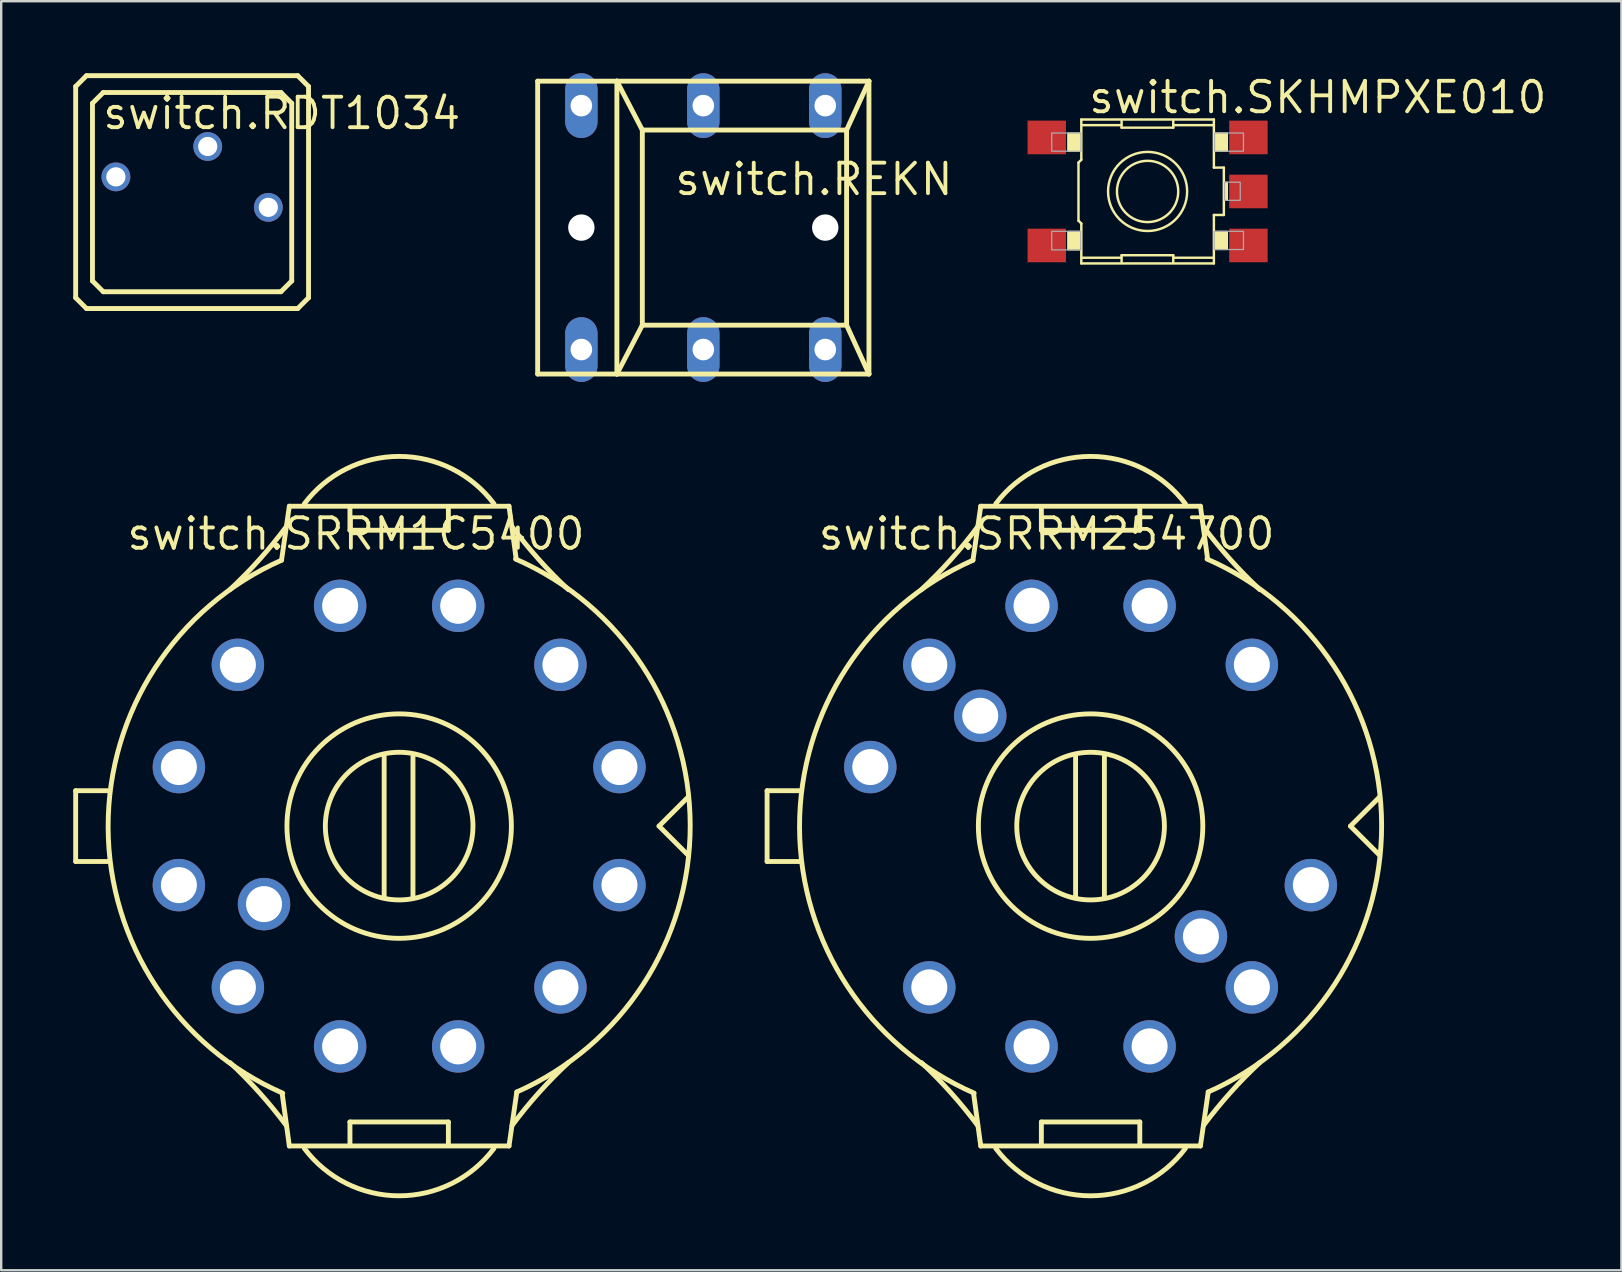
<source format=kicad_pcb>
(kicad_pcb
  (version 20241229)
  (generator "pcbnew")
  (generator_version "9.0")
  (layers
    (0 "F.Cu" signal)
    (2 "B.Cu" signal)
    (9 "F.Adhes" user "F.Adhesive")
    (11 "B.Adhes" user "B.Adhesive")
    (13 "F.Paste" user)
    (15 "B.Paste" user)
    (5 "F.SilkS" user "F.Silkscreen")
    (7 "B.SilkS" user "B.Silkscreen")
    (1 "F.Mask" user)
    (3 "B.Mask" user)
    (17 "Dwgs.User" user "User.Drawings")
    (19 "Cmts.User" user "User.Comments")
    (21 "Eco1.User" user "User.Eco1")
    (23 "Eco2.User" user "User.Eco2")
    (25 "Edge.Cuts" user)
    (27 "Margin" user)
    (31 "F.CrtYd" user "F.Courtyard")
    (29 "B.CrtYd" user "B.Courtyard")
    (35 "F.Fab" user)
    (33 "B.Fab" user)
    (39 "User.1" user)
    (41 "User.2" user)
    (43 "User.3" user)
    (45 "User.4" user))
  (footprint "switch.SRRM254700"
    (layer "F.Cu")
    (at 42.378 31.361)
    (property "Reference" "switch.SRRM254700" (at -11.43 -11.43 0) (layer "F.SilkS") (effects (font (size 1.27 1.27) (thickness 0.16)) (justify left bottom)))
    (attr through_hole)
    (fp_line (start -13.475 -1.475) (end -13.475 1.475) (stroke (width 0.203) (type default)) (layer "F.SilkS"))
    (fp_line (start -13.475 1.475) (end -12.1 1.475) (stroke (width 0.203) (type default)) (layer "F.SilkS"))
    (fp_line (start -12.15 -1.475) (end -13.475 -1.475) (stroke (width 0.203) (type default)) (layer "F.SilkS"))
    (fp_line (start -4.9 -11.075) (end -4.575 -13.325) (stroke (width 0.203) (type default)) (layer "F.SilkS"))
    (fp_line (start -4.575 -13.325) (end 4.575 -13.325) (stroke (width 0.203) (type default)) (layer "F.SilkS"))
    (fp_line (start -4.575 13.325) (end -4.875 11.125) (stroke (width 0.203) (type default)) (layer "F.SilkS"))
    (fp_line (start -2.05 -13.225) (end -2.05 -12.325) (stroke (width 0.203) (type default)) (layer "F.SilkS"))
    (fp_line (start -2.05 -12.325) (end 2.05 -12.325) (stroke (width 0.203) (type default)) (layer "F.SilkS"))
    (fp_line (start -2.05 12.325) (end -2.05 13.225) (stroke (width 0.203) (type default)) (layer "F.SilkS"))
    (fp_line (start -0.625 -2.9) (end -0.625 2.975) (stroke (width 0.203) (type default)) (layer "F.SilkS"))
    (fp_line (start 0.575 -2.9) (end 0.575 2.975) (stroke (width 0.203) (type default)) (layer "F.SilkS"))
    (fp_line (start 2.05 -12.325) (end 2.05 -13.225) (stroke (width 0.203) (type default)) (layer "F.SilkS"))
    (fp_line (start 2.05 12.325) (end -2.05 12.325) (stroke (width 0.203) (type default)) (layer "F.SilkS"))
    (fp_line (start 2.05 13.225) (end 2.05 12.325) (stroke (width 0.203) (type default)) (layer "F.SilkS"))
    (fp_line (start 4.575 -13.325) (end 4.875 -11.125) (stroke (width 0.203) (type default)) (layer "F.SilkS"))
    (fp_line (start 4.575 13.325) (end -4.575 13.325) (stroke (width 0.203) (type default)) (layer "F.SilkS"))
    (fp_line (start 4.9 11.075) (end 4.575 13.325) (stroke (width 0.203) (type default)) (layer "F.SilkS"))
    (fp_line (start 10.825 0) (end 12.025 1.2) (stroke (width 0.203) (type default)) (layer "F.SilkS"))
    (fp_line (start 12.025 -1.2) (end 10.825 0) (stroke (width 0.203) (type default)) (layer "F.SilkS"))
    (fp_arc (start -7.05 9.85) (mid -5.815572 11.109298) (end -4.7 12.475) (stroke (width 0.2032) (type default)) (layer "F.SilkS"))
    (fp_arc (start -4.85 11.125) (mid -12.12335 0.041325) (end -4.9 -11.075) (stroke (width 0.2032) (type default)) (layer "F.SilkS"))
    (fp_arc (start -4.7 -12.475) (mid -5.815572 -11.109298) (end -7.05 -9.85) (stroke (width 0.2032) (type default)) (layer "F.SilkS"))
    (fp_arc (start -3.95 -13.425) (mid 0 -15.4) (end 3.95 -13.425) (stroke (width 0.2032) (type default)) (layer "F.SilkS"))
    (fp_arc (start 3.95 13.425) (mid 0 15.4) (end -3.95 13.425) (stroke (width 0.2032) (type default)) (layer "F.SilkS"))
    (fp_arc (start 4.7 12.475) (mid 5.815572 11.109298) (end 7.05 9.85) (stroke (width 0.2032) (type default)) (layer "F.SilkS"))
    (fp_arc (start 4.85 -11.125) (mid 12.12335 -0.041325) (end 4.9 11.075) (stroke (width 0.2032) (type default)) (layer "F.SilkS"))
    (fp_arc (start 7.05 -9.85) (mid 5.815572 -11.109298) (end 4.7 -12.475) (stroke (width 0.2032) (type default)) (layer "F.SilkS"))
    (fp_circle (center 0 0) (end 3.075 0) (stroke (width 0.203) (type default)) (fill no) (layer "F.SilkS"))
    (fp_circle (center 0 0) (end 4.675 0) (stroke (width 0.203) (type default)) (fill no) (layer "F.SilkS"))
    (pad "1" thru_hole circle (at -9.176 -2.459 90) (size 2.184 2.184) (drill 1.5) (layers "*.Cu" "*.Mask"))
    (pad "2" thru_hole circle (at -6.718 -6.718 90) (size 2.184 2.184) (drill 1.5) (layers "*.Cu" "*.Mask"))
    (pad "3" thru_hole circle (at -2.459 -9.176 90) (size 2.184 2.184) (drill 1.5) (layers "*.Cu" "*.Mask"))
    (pad "4" thru_hole circle (at 2.459 -9.176) (size 2.184 2.184) (drill 1.5) (layers "*.Cu" "*.Mask"))
    (pad "5" thru_hole circle (at 6.718 -6.718) (size 2.184 2.184) (drill 1.5) (layers "*.Cu" "*.Mask"))
    (pad "7" thru_hole circle (at 9.176 2.459 270) (size 2.184 2.184) (drill 1.5) (layers "*.Cu" "*.Mask"))
    (pad "8" thru_hole circle (at 6.718 6.718 270) (size 2.184 2.184) (drill 1.5) (layers "*.Cu" "*.Mask"))
    (pad "9" thru_hole circle (at 2.459 9.176 270) (size 2.184 2.184) (drill 1.5) (layers "*.Cu" "*.Mask"))
    (pad "10" thru_hole circle (at -2.459 9.176 180) (size 2.184 2.184) (drill 1.5) (layers "*.Cu" "*.Mask"))
    (pad "11" thru_hole circle (at -6.718 6.718 180) (size 2.184 2.184) (drill 1.5) (layers "*.Cu" "*.Mask"))
    (pad "13" thru_hole circle (at -4.596 -4.596 105) (size 2.184 2.184) (drill 1.5) (layers "*.Cu" "*.Mask"))
    (pad "14" thru_hole circle (at 4.596 4.596 285) (size 2.184 2.184) (drill 1.5) (layers "*.Cu" "*.Mask")))
  (footprint "switch.SRRM1C5400"
    (layer "F.Cu")
    (at 13.577 31.361)
    (property "Reference" "switch.SRRM1C5400" (at -11.43 -11.43 0) (layer "F.SilkS") (effects (font (size 1.27 1.27) (thickness 0.16)) (justify left bottom)))
    (attr through_hole)
    (fp_line (start -13.475 -1.475) (end -13.475 1.475) (stroke (width 0.203) (type default)) (layer "F.SilkS"))
    (fp_line (start -13.475 1.475) (end -12.1 1.475) (stroke (width 0.203) (type default)) (layer "F.SilkS"))
    (fp_line (start -12.15 -1.475) (end -13.475 -1.475) (stroke (width 0.203) (type default)) (layer "F.SilkS"))
    (fp_line (start -4.9 -11.075) (end -4.575 -13.325) (stroke (width 0.203) (type default)) (layer "F.SilkS"))
    (fp_line (start -4.575 -13.325) (end 4.575 -13.325) (stroke (width 0.203) (type default)) (layer "F.SilkS"))
    (fp_line (start -4.575 13.325) (end -4.875 11.125) (stroke (width 0.203) (type default)) (layer "F.SilkS"))
    (fp_line (start -2.05 -13.225) (end -2.05 -12.325) (stroke (width 0.203) (type default)) (layer "F.SilkS"))
    (fp_line (start -2.05 -12.325) (end 2.05 -12.325) (stroke (width 0.203) (type default)) (layer "F.SilkS"))
    (fp_line (start -2.05 12.325) (end -2.05 13.225) (stroke (width 0.203) (type default)) (layer "F.SilkS"))
    (fp_line (start -0.625 -2.9) (end -0.625 2.975) (stroke (width 0.203) (type default)) (layer "F.SilkS"))
    (fp_line (start 0.575 -2.9) (end 0.575 2.975) (stroke (width 0.203) (type default)) (layer "F.SilkS"))
    (fp_line (start 2.05 -12.325) (end 2.05 -13.225) (stroke (width 0.203) (type default)) (layer "F.SilkS"))
    (fp_line (start 2.05 12.325) (end -2.05 12.325) (stroke (width 0.203) (type default)) (layer "F.SilkS"))
    (fp_line (start 2.05 13.225) (end 2.05 12.325) (stroke (width 0.203) (type default)) (layer "F.SilkS"))
    (fp_line (start 4.575 -13.325) (end 4.875 -11.125) (stroke (width 0.203) (type default)) (layer "F.SilkS"))
    (fp_line (start 4.575 13.325) (end -4.575 13.325) (stroke (width 0.203) (type default)) (layer "F.SilkS"))
    (fp_line (start 4.9 11.075) (end 4.575 13.325) (stroke (width 0.203) (type default)) (layer "F.SilkS"))
    (fp_line (start 10.825 0) (end 12.025 1.2) (stroke (width 0.203) (type default)) (layer "F.SilkS"))
    (fp_line (start 12.025 -1.2) (end 10.825 0) (stroke (width 0.203) (type default)) (layer "F.SilkS"))
    (fp_arc (start -7.05 9.85) (mid -5.815572 11.109298) (end -4.7 12.475) (stroke (width 0.2032) (type default)) (layer "F.SilkS"))
    (fp_arc (start -4.85 11.125) (mid -12.12335 0.041325) (end -4.9 -11.075) (stroke (width 0.2032) (type default)) (layer "F.SilkS"))
    (fp_arc (start -4.7 -12.475) (mid -5.815572 -11.109298) (end -7.05 -9.85) (stroke (width 0.2032) (type default)) (layer "F.SilkS"))
    (fp_arc (start -3.95 -13.425) (mid 0 -15.4) (end 3.95 -13.425) (stroke (width 0.2032) (type default)) (layer "F.SilkS"))
    (fp_arc (start 3.95 13.425) (mid 0 15.4) (end -3.95 13.425) (stroke (width 0.2032) (type default)) (layer "F.SilkS"))
    (fp_arc (start 4.7 12.475) (mid 5.815572 11.109298) (end 7.05 9.85) (stroke (width 0.2032) (type default)) (layer "F.SilkS"))
    (fp_arc (start 4.85 -11.125) (mid 12.12335 -0.041325) (end 4.9 11.075) (stroke (width 0.2032) (type default)) (layer "F.SilkS"))
    (fp_arc (start 7.05 -9.85) (mid 5.815572 -11.109298) (end 4.7 -12.475) (stroke (width 0.2032) (type default)) (layer "F.SilkS"))
    (fp_circle (center 0 0) (end 3.075 0) (stroke (width 0.203) (type default)) (fill no) (layer "F.SilkS"))
    (fp_circle (center 0 0) (end 4.675 0) (stroke (width 0.203) (type default)) (fill no) (layer "F.SilkS"))
    (pad "1" thru_hole circle (at -9.176 -2.459 90) (size 2.184 2.184) (drill 1.5) (layers "*.Cu" "*.Mask"))
    (pad "2" thru_hole circle (at -6.718 -6.718 90) (size 2.184 2.184) (drill 1.5) (layers "*.Cu" "*.Mask"))
    (pad "3" thru_hole circle (at -2.459 -9.176 90) (size 2.184 2.184) (drill 1.5) (layers "*.Cu" "*.Mask"))
    (pad "4" thru_hole circle (at 2.459 -9.176) (size 2.184 2.184) (drill 1.5) (layers "*.Cu" "*.Mask"))
    (pad "5" thru_hole circle (at 6.718 -6.718) (size 2.184 2.184) (drill 1.5) (layers "*.Cu" "*.Mask"))
    (pad "6" thru_hole circle (at 9.176 -2.459) (size 2.184 2.184) (drill 1.5) (layers "*.Cu" "*.Mask"))
    (pad "7" thru_hole circle (at 9.176 2.459 270) (size 2.184 2.184) (drill 1.5) (layers "*.Cu" "*.Mask"))
    (pad "8" thru_hole circle (at 6.718 6.718 270) (size 2.184 2.184) (drill 1.5) (layers "*.Cu" "*.Mask"))
    (pad "9" thru_hole circle (at 2.459 9.176 270) (size 2.184 2.184) (drill 1.5) (layers "*.Cu" "*.Mask"))
    (pad "10" thru_hole circle (at -2.459 9.176 180) (size 2.184 2.184) (drill 1.5) (layers "*.Cu" "*.Mask"))
    (pad "11" thru_hole circle (at -6.718 6.718 180) (size 2.184 2.184) (drill 1.5) (layers "*.Cu" "*.Mask"))
    (pad "12" thru_hole circle (at -9.176 2.459 180) (size 2.184 2.184) (drill 1.5) (layers "*.Cu" "*.Mask"))
    (pad "13" thru_hole circle (at -5.629 3.25 180) (size 2.184 2.184) (drill 1.5) (layers "*.Cu" "*.Mask")))
  (footprint "switch.REKN"
    (layer "F.Cu")
    (at 26.246 6.43)
    (property "Reference" "switch.REKN" (at -1.27 -1.27 0) (layer "F.SilkS") (effects (font (size 1.27 1.27) (thickness 0.16)) (justify left bottom)))
    (attr through_hole)
    (fp_line (start -6.9 -6.1) (end -6.9 6.1) (stroke (width 0.203) (type default)) (layer "F.SilkS"))
    (fp_line (start -6.9 6.1) (end -3.6 6.1) (stroke (width 0.203) (type default)) (layer "F.SilkS"))
    (fp_line (start -3.6 -6.1) (end -6.9 -6.1) (stroke (width 0.203) (type default)) (layer "F.SilkS"))
    (fp_line (start -3.6 6.1) (end -3.6 -6.1) (stroke (width 0.203) (type default)) (layer "F.SilkS"))
    (fp_line (start -3.6 6.1) (end -2.54 4.064) (stroke (width 0.203) (type default)) (layer "F.SilkS"))
    (fp_line (start -3.6 6.1) (end 6.9 6.1) (stroke (width 0.203) (type default)) (layer "F.SilkS"))
    (fp_line (start -2.54 -4.064) (end -3.6 -6.1) (stroke (width 0.203) (type default)) (layer "F.SilkS"))
    (fp_line (start -2.54 -4.064) (end 5.969 -4.064) (stroke (width 0.203) (type default)) (layer "F.SilkS"))
    (fp_line (start -2.54 4.064) (end -2.54 -4.064) (stroke (width 0.203) (type default)) (layer "F.SilkS"))
    (fp_line (start -2.54 4.064) (end 5.969 4.064) (stroke (width 0.203) (type default)) (layer "F.SilkS"))
    (fp_line (start 5.969 -4.064) (end 6.9 -6.1) (stroke (width 0.203) (type default)) (layer "F.SilkS"))
    (fp_line (start 5.969 4.064) (end 5.969 -4.064) (stroke (width 0.203) (type default)) (layer "F.SilkS"))
    (fp_line (start 6.9 -6.1) (end -3.6 -6.1) (stroke (width 0.203) (type default)) (layer "F.SilkS"))
    (fp_line (start 6.9 6.1) (end 5.969 4.064) (stroke (width 0.203) (type default)) (layer "F.SilkS"))
    (fp_line (start 6.9 6.1) (end 6.9 -6.1) (stroke (width 0.203) (type default)) (layer "F.SilkS"))
    (pad "" np_thru_hole circle (at -5.08 0) (size 1.1 1.1) (drill 1.1) (layers "*.Cu" "*.Mask"))
    (pad "" np_thru_hole circle (at 5.08 0) (size 1.1 1.1) (drill 1.1) (layers "*.Cu" "*.Mask"))
    (pad "0A" thru_hole oval (at 5.08 -5.08 90) (size 2.699 1.35) (drill 0.9) (layers "*.Cu" "*.Mask"))
    (pad "0B" thru_hole oval (at 5.08 5.08 90) (size 2.699 1.35) (drill 0.9) (layers "*.Cu" "*.Mask"))
    (pad "1A" thru_hole oval (at 0 -5.08 90) (size 2.699 1.35) (drill 0.9) (layers "*.Cu" "*.Mask"))
    (pad "1B" thru_hole oval (at 0 5.08 90) (size 2.699 1.35) (drill 0.9) (layers "*.Cu" "*.Mask"))
    (pad "A" thru_hole oval (at -5.08 -5.08 90) (size 2.699 1.35) (drill 0.9) (layers "*.Cu" "*.Mask"))
    (pad "B" thru_hole oval (at -5.08 5.08 90) (size 2.699 1.35) (drill 0.9) (layers "*.Cu" "*.Mask")))
  (footprint "switch.SKHMPXE010"
    (layer "F.Cu")
    (at 44.753 4.925)
    (property "Reference" "switch.SKHMPXE010" (at -2.54 -3.175 0) (layer "F.SilkS") (effects (font (size 1.27 1.27) (thickness 0.16)) (justify left bottom)))
    (attr smd)
    (fp_line (start -2.879 -1.202) (end -2.761 -1.321) (stroke (width 0.102) (type default)) (layer "F.SilkS"))
    (fp_line (start -2.879 1.217) (end -2.879 -1.202) (stroke (width 0.102) (type default)) (layer "F.SilkS"))
    (fp_line (start -2.761 -2.998) (end 2.761 -2.998) (stroke (width 0.102) (type default)) (layer "F.SilkS"))
    (fp_line (start -2.761 -1.321) (end -2.761 -2.998) (stroke (width 0.102) (type default)) (layer "F.SilkS"))
    (fp_line (start -2.761 1.336) (end -2.879 1.217) (stroke (width 0.102) (type default)) (layer "F.SilkS"))
    (fp_line (start -2.761 2.998) (end -2.761 1.336) (stroke (width 0.102) (type default)) (layer "F.SilkS"))
    (fp_line (start -1.128 -2.761) (end -2.701 -2.761) (stroke (width 0.102) (type default)) (layer "F.SilkS"))
    (fp_line (start -1.128 2.761) (end -2.701 2.761) (stroke (width 0.102) (type default)) (layer "F.SilkS"))
    (fp_line (start -1.083 -2.657) (end -1.083 -2.939) (stroke (width 0.102) (type default)) (layer "F.SilkS"))
    (fp_line (start -1.083 2.657) (end -1.083 2.939) (stroke (width 0.102) (type default)) (layer "F.SilkS"))
    (fp_line (start 1.069 -2.761) (end 1.069 -2.954) (stroke (width 0.102) (type default)) (layer "F.SilkS"))
    (fp_line (start 1.069 -2.761) (end 1.069 -2.657) (stroke (width 0.102) (type default)) (layer "F.SilkS"))
    (fp_line (start 1.069 -2.657) (end -1.083 -2.657) (stroke (width 0.102) (type default)) (layer "F.SilkS"))
    (fp_line (start 1.069 2.657) (end -1.083 2.657) (stroke (width 0.102) (type default)) (layer "F.SilkS"))
    (fp_line (start 1.069 2.761) (end 1.069 2.657) (stroke (width 0.102) (type default)) (layer "F.SilkS"))
    (fp_line (start 1.069 2.761) (end 1.069 2.954) (stroke (width 0.102) (type default)) (layer "F.SilkS"))
    (fp_line (start 2.716 -2.761) (end 1.069 -2.761) (stroke (width 0.102) (type default)) (layer "F.SilkS"))
    (fp_line (start 2.716 2.761) (end 1.069 2.761) (stroke (width 0.102) (type default)) (layer "F.SilkS"))
    (fp_line (start 2.761 -2.998) (end 2.761 -0.994) (stroke (width 0.102) (type default)) (layer "F.SilkS"))
    (fp_line (start 2.761 -0.994) (end 3.176 -0.994) (stroke (width 0.102) (type default)) (layer "F.SilkS"))
    (fp_line (start 2.761 0.98) (end 2.761 2.998) (stroke (width 0.102) (type default)) (layer "F.SilkS"))
    (fp_line (start 2.761 2.998) (end -2.761 2.998) (stroke (width 0.102) (type default)) (layer "F.SilkS"))
    (fp_line (start 3.176 -0.994) (end 3.176 0.98) (stroke (width 0.102) (type default)) (layer "F.SilkS"))
    (fp_line (start 3.176 0.98) (end 2.761 0.98) (stroke (width 0.102) (type default)) (layer "F.SilkS"))
    (fp_rect (start -3.325 -1.677) (end -2.776 -2.434) (stroke (width 0.05) (type default)) (fill yes) (layer "F.SilkS"))
    (fp_rect (start -3.325 2.434) (end -2.79 1.662) (stroke (width 0.05) (type default)) (fill yes) (layer "F.SilkS"))
    (fp_rect (start 2.776 2.419) (end 3.325 1.662) (stroke (width 0.05) (type default)) (fill yes) (layer "F.SilkS"))
    (fp_rect (start 2.79 -1.677) (end 3.325 -2.434) (stroke (width 0.05) (type default)) (fill yes) (layer "F.SilkS"))
    (fp_rect (start 3.191 0.371) (end 3.325 -0.386) (stroke (width 0.05) (type default)) (fill yes) (layer "F.SilkS"))
    (fp_circle (center 0 0) (end 1.276 0) (stroke (width 0.102) (type default)) (fill no) (layer "F.SilkS"))
    (fp_circle (center 0 0) (end 1.647 0) (stroke (width 0.102) (type default)) (fill no) (layer "F.SilkS"))
    (fp_rect (start -3.993 -1.677) (end -2.776 -2.434) (stroke (width 0.05) (type default)) (fill no) (layer "F.Fab"))
    (fp_rect (start -3.993 2.434) (end -2.79 1.662) (stroke (width 0.05) (type default)) (fill no) (layer "F.Fab"))
    (fp_rect (start 2.776 2.419) (end 3.993 1.662) (stroke (width 0.05) (type default)) (fill no) (layer "F.Fab"))
    (fp_rect (start 2.79 -1.677) (end 3.993 -2.434) (stroke (width 0.05) (type default)) (fill no) (layer "F.Fab"))
    (fp_rect (start 3.206 0.371) (end 3.859 -0.386) (stroke (width 0.05) (type default)) (fill no) (layer "F.Fab"))
    (pad "1" smd roundrect (at -4.2 -2.25) (size 1.6 1.4) (layers "F.Cu" "F.Mask" "F.Paste") (roundrect_rratio 0.01))
    (pad "2" smd roundrect (at 4.2 -2.25) (size 1.6 1.4) (layers "F.Cu" "F.Mask" "F.Paste") (roundrect_rratio 0.01))
    (pad "3" smd roundrect (at -4.2 2.25) (size 1.6 1.4) (layers "F.Cu" "F.Mask" "F.Paste") (roundrect_rratio 0.01))
    (pad "4" smd roundrect (at 4.2 2.25) (size 1.6 1.4) (layers "F.Cu" "F.Mask" "F.Paste") (roundrect_rratio 0.01))
    (pad "5" smd roundrect (at 4.2 0) (size 1.6 1.4) (layers "F.Cu" "F.Mask" "F.Paste") (roundrect_rratio 0.01)))
  (footprint "switch.RDT1034"
    (layer "F.Cu")
    (at 4.952 4.952)
    (property "Reference" "switch.RDT1034" (at -3.81 -2.54 0) (layer "F.SilkS") (effects (font (size 1.27 1.27) (thickness 0.16)) (justify left bottom)))
    (attr through_hole)
    (fp_line (start -4.85 -4.4) (end -4.4 -4.85) (stroke (width 0.203) (type default)) (layer "F.SilkS"))
    (fp_line (start -4.85 4.4) (end -4.85 -4.4) (stroke (width 0.203) (type default)) (layer "F.SilkS"))
    (fp_line (start -4.85 4.4) (end -4.4 4.85) (stroke (width 0.203) (type default)) (layer "F.SilkS"))
    (fp_line (start -4.4 -4.85) (end 4.4 -4.85) (stroke (width 0.203) (type default)) (layer "F.SilkS"))
    (fp_line (start -4.15 -3.7) (end -3.7 -4.15) (stroke (width 0.203) (type default)) (layer "F.SilkS"))
    (fp_line (start -4.15 3.7) (end -4.15 -3.7) (stroke (width 0.203) (type default)) (layer "F.SilkS"))
    (fp_line (start -4.15 3.7) (end -3.7 4.15) (stroke (width 0.203) (type default)) (layer "F.SilkS"))
    (fp_line (start -3.7 -4.15) (end 3.7 -4.15) (stroke (width 0.203) (type default)) (layer "F.SilkS"))
    (fp_line (start 3.7 4.15) (end -3.7 4.15) (stroke (width 0.203) (type default)) (layer "F.SilkS"))
    (fp_line (start 4.15 -3.7) (end 3.7 -4.15) (stroke (width 0.203) (type default)) (layer "F.SilkS"))
    (fp_line (start 4.15 -3.7) (end 4.15 3.7) (stroke (width 0.203) (type default)) (layer "F.SilkS"))
    (fp_line (start 4.15 3.7) (end 3.7 4.15) (stroke (width 0.203) (type default)) (layer "F.SilkS"))
    (fp_line (start 4.4 4.85) (end -4.4 4.85) (stroke (width 0.203) (type default)) (layer "F.SilkS"))
    (fp_line (start 4.85 -4.4) (end 4.4 -4.85) (stroke (width 0.203) (type default)) (layer "F.SilkS"))
    (fp_line (start 4.85 -4.4) (end 4.85 4.4) (stroke (width 0.203) (type default)) (layer "F.SilkS"))
    (fp_line (start 4.85 4.4) (end 4.4 4.85) (stroke (width 0.203) (type default)) (layer "F.SilkS"))
    (pad "A" thru_hole circle (at 3.175 0.635) (size 1.2 1.2) (drill 0.8) (layers "*.Cu" "*.Mask"))
    (pad "A1" thru_hole circle (at -3.175 -0.635) (size 1.2 1.2) (drill 0.8) (layers "*.Cu" "*.Mask"))
    (pad "B" thru_hole circle (at 0.65 -1.9) (size 1.2 1.2) (drill 0.8) (layers "*.Cu" "*.Mask")))
  (gr_rect
    (start -3 -3)
    (end 64.489 49.863)
    (stroke (width 0.1) (type default))
    (fill no)
    (layer "Edge.Cuts")))
</source>
